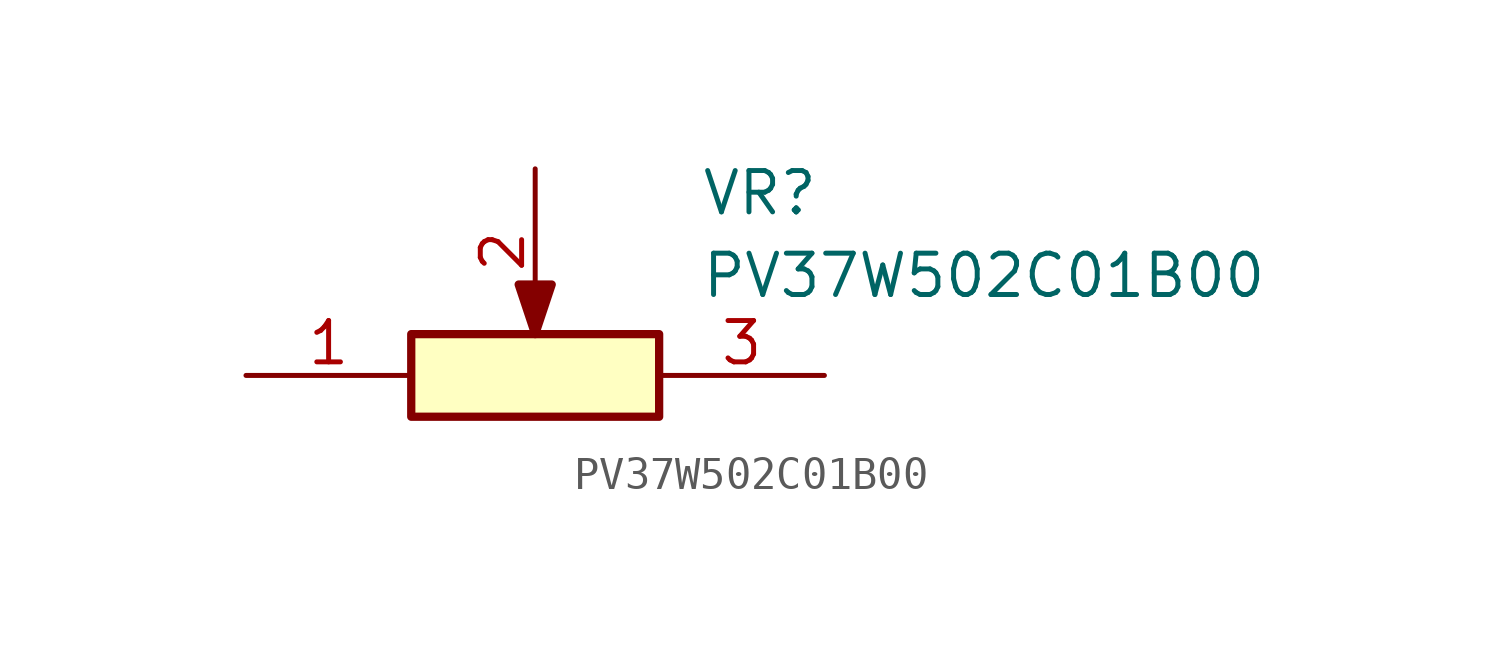
<source format=kicad_sym>
(kicad_symbol_lib
  (version 20211014)
  (generator SamacSys_ECAD_Model)
  (symbol "PV37W502C01B00"
    (pin_names hide)
    (property "Reference" "VR"
      (at 13.97 6.35 0)
      (effects (font (size 1.27 1.27)) (justify left top)))
    (property "Value" "PV37W502C01B00"
      (at 13.97 3.81 0)
      (effects (font (size 1.27 1.27)) (justify left top)))
    (rectangle
      (start 5.08 1.27)
      (end 12.7 -1.27)
      (stroke (width 0.254) (type default))
      (fill (type background)))
    (polyline
      (pts (xy 9.398 2.794) (xy 8.382 2.794) (xy 8.89 1.27) (xy 9.398 2.794))
      (stroke (width 0.254) (type default))
      (fill (type outline)))
    (pin passive line
      (at 0 0 0)
      (length 5.08)
      (name "CCW" (effects (font (size 1.27 1.27))))
      (number "1" (effects (font (size 1.27 1.27)))))
    (pin passive line
      (at 8.89 6.35 270)
      (length 5.08)
      (name "WIPER" (effects (font (size 1.27 1.27))))
      (number "2" (effects (font (size 1.27 1.27)))))
    (pin passive line
      (at 17.78 0 180)
      (length 5.08)
      (name "CW" (effects (font (size 1.27 1.27))))
      (number "3" (effects (font (size 1.27 1.27)))))))
</source>
